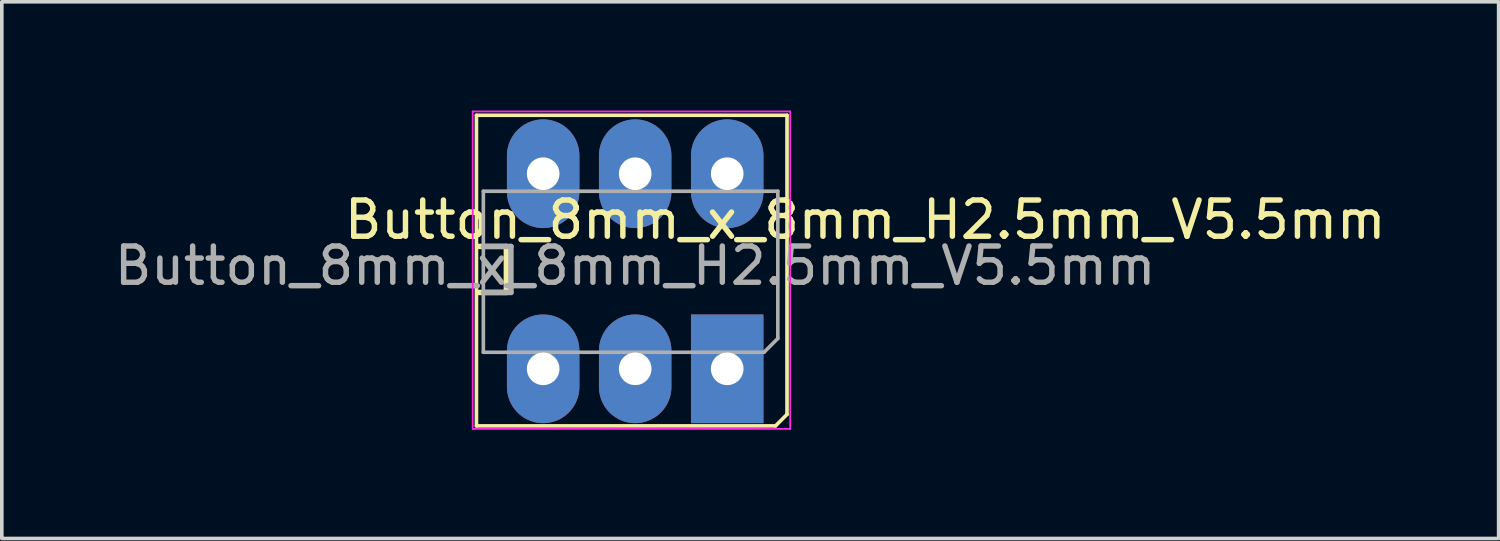
<source format=kicad_pcb>
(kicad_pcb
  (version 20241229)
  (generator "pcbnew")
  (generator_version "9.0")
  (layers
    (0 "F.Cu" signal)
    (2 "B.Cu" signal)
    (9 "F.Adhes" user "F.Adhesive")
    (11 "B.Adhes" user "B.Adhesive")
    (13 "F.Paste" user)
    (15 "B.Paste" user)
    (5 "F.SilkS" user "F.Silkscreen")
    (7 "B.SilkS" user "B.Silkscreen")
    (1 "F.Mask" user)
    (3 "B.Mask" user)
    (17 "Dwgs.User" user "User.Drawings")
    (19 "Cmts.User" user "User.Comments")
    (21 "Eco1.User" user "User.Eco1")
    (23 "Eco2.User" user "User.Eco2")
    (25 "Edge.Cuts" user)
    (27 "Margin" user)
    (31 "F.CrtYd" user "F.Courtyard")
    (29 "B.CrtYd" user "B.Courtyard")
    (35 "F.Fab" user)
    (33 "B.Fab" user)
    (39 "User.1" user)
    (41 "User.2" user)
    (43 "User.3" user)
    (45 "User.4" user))
  (footprint "Button_8mm_x_8mm_H2.5mm_V5.5mm"
    (layer "F.Cu")
    (at 14.482 4.285)
    (property "Reference" "Button_8mm_x_8mm_H2.5mm_V5.5mm" (at 6.35 -1.27 0) (layer "F.SilkS") (effects (font (size 1 1) (thickness 0.15))))
    (attr through_hole)
    (fp_line (start -4.381 -4.153) (end -4.381 4.42) (stroke (width 0.1) (type solid)) (layer "F.SilkS"))
    (fp_line (start -4.318 -0.533) (end -3.556 -0.533) (stroke (width 0.15) (type solid)) (layer "F.SilkS"))
    (fp_line (start -3.556 -0.533) (end -3.556 0.737) (stroke (width 0.15) (type solid)) (layer "F.SilkS"))
    (fp_line (start -3.556 0.737) (end -4.318 0.737) (stroke (width 0.15) (type solid)) (layer "F.SilkS"))
    (fp_line (start 3.873 4.42) (end -4.381 4.42) (stroke (width 0.1) (type solid)) (layer "F.SilkS"))
    (fp_line (start 4.191 -4.153) (end -4.381 -4.153) (stroke (width 0.1) (type solid)) (layer "F.SilkS"))
    (fp_line (start 4.191 -4.153) (end 4.191 4.102) (stroke (width 0.1) (type solid)) (layer "F.SilkS"))
    (fp_line (start 4.191 4.102) (end 3.873 4.42) (stroke (width 0.1) (type solid)) (layer "F.SilkS"))
    (fp_line (start -4.485 -4.26) (end -4.485 4.503) (stroke (width 0.05) (type solid)) (layer "F.CrtYd"))
    (fp_line (start -4.485 4.503) (end 4.278 4.503) (stroke (width 0.05) (type solid)) (layer "F.CrtYd"))
    (fp_line (start 4.278 -4.26) (end -4.485 -4.26) (stroke (width 0.05) (type solid)) (layer "F.CrtYd"))
    (fp_line (start 4.278 -4.26) (end 4.278 4.503) (stroke (width 0.05) (type solid)) (layer "F.CrtYd"))
    (fp_line (start -4.191 -0.533) (end -3.429 -0.533) (stroke (width 0.15) (type solid)) (layer "F.Fab"))
    (fp_line (start -4.191 2.388) (end -4.191 -2.057) (stroke (width 0.1) (type solid)) (layer "F.Fab"))
    (fp_line (start -4.191 2.388) (end 3.556 2.388) (stroke (width 0.1) (type solid)) (layer "F.Fab"))
    (fp_line (start -3.429 -0.533) (end -3.429 0.737) (stroke (width 0.15) (type solid)) (layer "F.Fab"))
    (fp_line (start -3.429 0.737) (end -4.191 0.737) (stroke (width 0.15) (type solid)) (layer "F.Fab"))
    (fp_line (start 3.556 2.388) (end 3.937 2.007) (stroke (width 0.1) (type solid)) (layer "F.Fab"))
    (fp_line (start 3.937 -2.057) (end -4.191 -2.057) (stroke (width 0.1) (type solid)) (layer "F.Fab"))
    (fp_line (start 3.937 -2.057) (end 3.937 2.007) (stroke (width 0.1) (type solid)) (layer "F.Fab"))
    (fp_text user "${REFERENCE}" (at 0 0 0) (layer "F.Fab") (effects (font (size 1 1) (thickness 0.15))))
    (pad "1" thru_hole rect (at 2.54 2.845) (size 2 3) (drill 0.9) (layers "*.Cu" "*.Mask"))
    (pad "2" thru_hole oval (at 0 2.845) (size 2 3) (drill 0.9) (layers "*.Cu" "*.Mask"))
    (pad "3" thru_hole oval (at -2.54 2.845) (size 2 3) (drill 0.9) (layers "*.Cu" "*.Mask"))
    (pad "4" thru_hole oval (at 2.54 -2.54) (size 2 3) (drill 0.9) (layers "*.Cu" "*.Mask"))
    (pad "5" thru_hole oval (at 0 -2.54) (size 2 3) (drill 0.9) (layers "*.Cu" "*.Mask"))
    (pad "6" thru_hole oval (at -2.54 -2.54) (size 2 3) (drill 0.9) (layers "*.Cu" "*.Mask")))
  (gr_rect
    (start -3 -3)
    (end 38.314 11.813)
    (stroke (width 0.1) (type default))
    (fill no)
    (layer "Edge.Cuts")))
</source>
